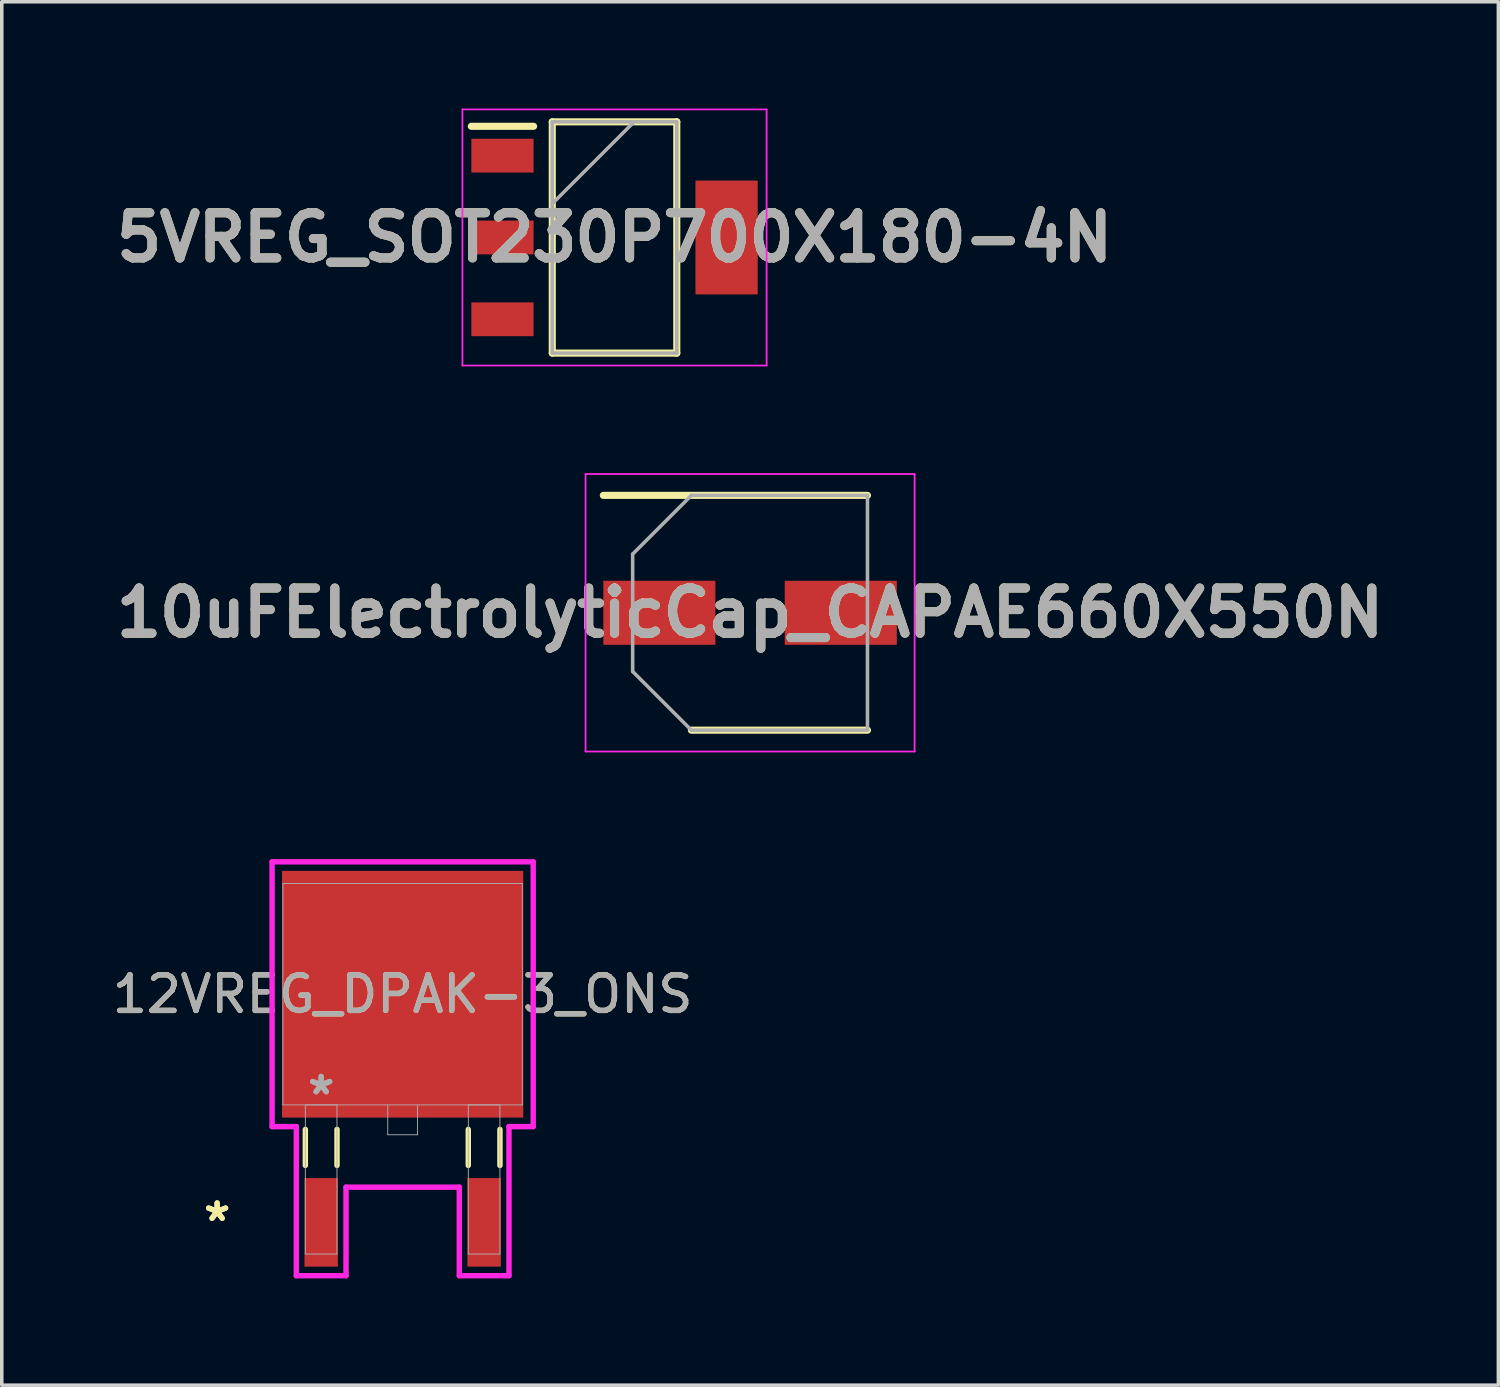
<source format=kicad_pcb>
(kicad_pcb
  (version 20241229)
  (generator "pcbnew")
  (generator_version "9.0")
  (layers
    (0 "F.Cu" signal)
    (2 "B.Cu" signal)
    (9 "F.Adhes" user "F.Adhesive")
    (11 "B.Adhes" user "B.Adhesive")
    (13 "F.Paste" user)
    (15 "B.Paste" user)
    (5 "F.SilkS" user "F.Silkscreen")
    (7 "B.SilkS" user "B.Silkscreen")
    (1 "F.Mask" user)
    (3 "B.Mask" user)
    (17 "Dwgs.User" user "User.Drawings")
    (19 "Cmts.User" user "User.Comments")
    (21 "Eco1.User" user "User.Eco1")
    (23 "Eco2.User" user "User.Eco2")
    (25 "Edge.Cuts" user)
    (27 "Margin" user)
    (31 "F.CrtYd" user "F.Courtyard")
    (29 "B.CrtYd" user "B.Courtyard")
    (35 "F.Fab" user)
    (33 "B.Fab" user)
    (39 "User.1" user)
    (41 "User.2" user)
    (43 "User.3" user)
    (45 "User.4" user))
  (footprint "10uFElectrolyticCap_CAPAE660X550N"
    (layer "F.Cu")
    (at 18.034 14.175)
    (property "Reference" "10uFElectrolyticCap_CAPAE660X550N" (at 0 0 0) (layer "F.SilkS") (effects (font (size 1.27 1.27) (thickness 0.254))))
    (attr smd)
    (fp_line (start -4.125 -3.3) (end 3.3 -3.3) (stroke (width 0.2) (type solid)) (layer "F.SilkS"))
    (fp_line (start -1.65 3.3) (end 3.3 3.3) (stroke (width 0.2) (type solid)) (layer "F.SilkS"))
    (fp_line (start -4.625 -3.9) (end 4.625 -3.9) (stroke (width 0.05) (type solid)) (layer "F.CrtYd"))
    (fp_line (start -4.625 3.9) (end -4.625 -3.9) (stroke (width 0.05) (type solid)) (layer "F.CrtYd"))
    (fp_line (start 4.625 -3.9) (end 4.625 3.9) (stroke (width 0.05) (type solid)) (layer "F.CrtYd"))
    (fp_line (start 4.625 3.9) (end -4.625 3.9) (stroke (width 0.05) (type solid)) (layer "F.CrtYd"))
    (fp_line (start -3.3 -1.65) (end -3.3 1.65) (stroke (width 0.1) (type solid)) (layer "F.Fab"))
    (fp_line (start -3.3 1.65) (end -1.65 3.3) (stroke (width 0.1) (type solid)) (layer "F.Fab"))
    (fp_line (start -1.65 -3.3) (end -3.3 -1.65) (stroke (width 0.1) (type solid)) (layer "F.Fab"))
    (fp_line (start -1.65 3.3) (end 3.3 3.3) (stroke (width 0.1) (type solid)) (layer "F.Fab"))
    (fp_line (start 3.3 -3.3) (end -1.65 -3.3) (stroke (width 0.1) (type solid)) (layer "F.Fab"))
    (fp_line (start 3.3 3.3) (end 3.3 -3.3) (stroke (width 0.1) (type solid)) (layer "F.Fab"))
    (fp_text user "${REFERENCE}" (at 0 0 0) (layer "F.Fab") (effects (font (size 1.27 1.27) (thickness 0.254))))
    (pad "1" smd rect (at -2.55 0 90) (size 1.8 3.15) (layers "F.Cu" "F.Mask" "F.Paste"))
    (pad "2" smd rect (at 2.55 0 90) (size 1.8 3.15) (layers "F.Cu" "F.Mask" "F.Paste")))
  (footprint "12VREG_DPAK-3_ONS"
    (layer "F.Cu")
    (at 8.268 24.897)
    (property "Reference" "12VREG_DPAK-3_ONS" (at 0 0 0) (unlocked yes) (layer "F.SilkS") (effects (font (size 1 1) (thickness 0.15))))
    (attr smd)
    (fp_line (start -2.735 3.8) (end -2.735 4.813) (stroke (width 0.152) (type solid)) (layer "F.SilkS"))
    (fp_line (start -1.845 3.8) (end -1.845 4.813) (stroke (width 0.152) (type solid)) (layer "F.SilkS"))
    (fp_line (start 1.845 3.8) (end 1.845 4.813) (stroke (width 0.152) (type solid)) (layer "F.SilkS"))
    (fp_line (start 2.735 3.8) (end 2.735 4.813) (stroke (width 0.152) (type solid)) (layer "F.SilkS"))
    (fp_line (start -3.67 -3.721) (end 3.67 -3.721) (stroke (width 0.152) (type solid)) (layer "F.CrtYd"))
    (fp_line (start -3.67 3.721) (end -3.67 -3.721) (stroke (width 0.152) (type solid)) (layer "F.CrtYd"))
    (fp_line (start -2.989 3.721) (end -3.67 3.721) (stroke (width 0.152) (type solid)) (layer "F.CrtYd"))
    (fp_line (start -2.989 7.912) (end -2.989 3.721) (stroke (width 0.152) (type solid)) (layer "F.CrtYd"))
    (fp_line (start -1.592 5.423) (end -1.592 7.912) (stroke (width 0.152) (type solid)) (layer "F.CrtYd"))
    (fp_line (start -1.592 7.912) (end -2.989 7.912) (stroke (width 0.152) (type solid)) (layer "F.CrtYd"))
    (fp_line (start 1.592 5.423) (end -1.592 5.423) (stroke (width 0.152) (type solid)) (layer "F.CrtYd"))
    (fp_line (start 1.592 7.912) (end 1.592 5.423) (stroke (width 0.152) (type solid)) (layer "F.CrtYd"))
    (fp_line (start 2.989 3.721) (end 2.989 7.912) (stroke (width 0.152) (type solid)) (layer "F.CrtYd"))
    (fp_line (start 2.989 7.912) (end 1.592 7.912) (stroke (width 0.152) (type solid)) (layer "F.CrtYd"))
    (fp_line (start 3.67 -3.721) (end 3.67 3.721) (stroke (width 0.152) (type solid)) (layer "F.CrtYd"))
    (fp_line (start 3.67 3.721) (end 2.989 3.721) (stroke (width 0.152) (type solid)) (layer "F.CrtYd"))
    (fp_line (start -3.365 -3.111) (end -3.365 3.111) (stroke (width 0.025) (type solid)) (layer "F.Fab"))
    (fp_line (start -3.365 3.111) (end 3.365 3.111) (stroke (width 0.025) (type solid)) (layer "F.Fab"))
    (fp_line (start -2.735 3.111) (end -2.735 7.303) (stroke (width 0.025) (type solid)) (layer "F.Fab"))
    (fp_line (start -2.735 7.303) (end -1.846 7.303) (stroke (width 0.025) (type solid)) (layer "F.Fab"))
    (fp_line (start -1.846 3.111) (end -2.735 3.111) (stroke (width 0.025) (type solid)) (layer "F.Fab"))
    (fp_line (start -1.846 7.303) (end -1.846 3.111) (stroke (width 0.025) (type solid)) (layer "F.Fab"))
    (fp_line (start -0.419 3.111) (end -0.419 3.95) (stroke (width 0.025) (type solid)) (layer "F.Fab"))
    (fp_line (start -0.419 3.95) (end 0.419 3.95) (stroke (width 0.025) (type solid)) (layer "F.Fab"))
    (fp_line (start 0.419 3.95) (end 0.419 3.111) (stroke (width 0.025) (type solid)) (layer "F.Fab"))
    (fp_line (start 1.846 3.111) (end 1.846 7.303) (stroke (width 0.025) (type solid)) (layer "F.Fab"))
    (fp_line (start 1.846 7.303) (end 2.735 7.303) (stroke (width 0.025) (type solid)) (layer "F.Fab"))
    (fp_line (start 2.735 3.111) (end 1.846 3.111) (stroke (width 0.025) (type solid)) (layer "F.Fab"))
    (fp_line (start 2.735 7.303) (end 2.735 3.111) (stroke (width 0.025) (type solid)) (layer "F.Fab"))
    (fp_line (start 3.365 -3.111) (end -3.365 -3.111) (stroke (width 0.025) (type solid)) (layer "F.Fab"))
    (fp_line (start 3.365 3.111) (end 3.365 -3.111) (stroke (width 0.025) (type solid)) (layer "F.Fab"))
    (fp_text user "*" (at -5.215 6.413 0) (layer "F.SilkS") (effects (font (size 1 1) (thickness 0.15))))
    (fp_text user "*" (at -5.215 6.413 0) (unlocked yes) (layer "F.SilkS") (effects (font (size 1 1) (thickness 0.15))))
    (fp_text user "*" (at -2.29 2.857 0) (unlocked yes) (layer "F.Fab") (effects (font (size 1 1) (thickness 0.15))))
    (fp_text user "*" (at -2.29 2.857 0) (layer "F.Fab") (effects (font (size 1 1) (thickness 0.15))))
    (fp_text user "${REFERENCE}" (at 0 0 0) (unlocked yes) (layer "F.Fab") (effects (font (size 1 1) (thickness 0.15))))
    (pad "1" smd rect (at -2.29 6.413) (size 0.94 2.489) (layers "F.Cu" "F.Mask" "F.Paste"))
    (pad "2" smd rect (at 0 0) (size 6.782 6.934) (layers "F.Cu" "F.Mask" "F.Paste"))
    (pad "3" smd rect (at 2.29 6.413) (size 0.94 2.489) (layers "F.Cu" "F.Mask" "F.Paste")))
  (footprint "5VREG_SOT230P700X180-4N"
    (layer "F.Cu")
    (at 14.224 3.625)
    (property "Reference" "5VREG_SOT230P700X180-4N" (at 0 0 0) (layer "F.SilkS") (effects (font (size 1.27 1.27) (thickness 0.254))))
    (attr smd)
    (fp_line (start -4.025 -3.125) (end -2.275 -3.125) (stroke (width 0.2) (type solid)) (layer "F.SilkS"))
    (fp_line (start -1.75 -3.25) (end 1.75 -3.25) (stroke (width 0.2) (type solid)) (layer "F.SilkS"))
    (fp_line (start -1.75 3.25) (end -1.75 -3.25) (stroke (width 0.2) (type solid)) (layer "F.SilkS"))
    (fp_line (start 1.75 -3.25) (end 1.75 3.25) (stroke (width 0.2) (type solid)) (layer "F.SilkS"))
    (fp_line (start 1.75 3.25) (end -1.75 3.25) (stroke (width 0.2) (type solid)) (layer "F.SilkS"))
    (fp_line (start -4.275 -3.6) (end 4.275 -3.6) (stroke (width 0.05) (type solid)) (layer "F.CrtYd"))
    (fp_line (start -4.275 3.6) (end -4.275 -3.6) (stroke (width 0.05) (type solid)) (layer "F.CrtYd"))
    (fp_line (start 4.275 -3.6) (end 4.275 3.6) (stroke (width 0.05) (type solid)) (layer "F.CrtYd"))
    (fp_line (start 4.275 3.6) (end -4.275 3.6) (stroke (width 0.05) (type solid)) (layer "F.CrtYd"))
    (fp_line (start -1.75 -3.25) (end 1.75 -3.25) (stroke (width 0.1) (type solid)) (layer "F.Fab"))
    (fp_line (start -1.75 -0.95) (end 0.55 -3.25) (stroke (width 0.1) (type solid)) (layer "F.Fab"))
    (fp_line (start -1.75 3.25) (end -1.75 -3.25) (stroke (width 0.1) (type solid)) (layer "F.Fab"))
    (fp_line (start 1.75 -3.25) (end 1.75 3.25) (stroke (width 0.1) (type solid)) (layer "F.Fab"))
    (fp_line (start 1.75 3.25) (end -1.75 3.25) (stroke (width 0.1) (type solid)) (layer "F.Fab"))
    (fp_text user "${REFERENCE}" (at 0 0 0) (layer "F.Fab") (effects (font (size 1.27 1.27) (thickness 0.254))))
    (pad "1" smd rect (at -3.15 -2.3 90) (size 0.95 1.75) (layers "F.Cu" "F.Mask" "F.Paste"))
    (pad "2" smd rect (at -3.15 0 90) (size 0.95 1.75) (layers "F.Cu" "F.Mask" "F.Paste"))
    (pad "3" smd rect (at -3.15 2.3 90) (size 0.95 1.75) (layers "F.Cu" "F.Mask" "F.Paste"))
    (pad "4" smd rect (at 3.15 0) (size 1.75 3.2) (layers "F.Cu" "F.Mask" "F.Paste")))
  (gr_rect
    (start -3 -3)
    (end 39.068 35.886)
    (stroke (width 0.1) (type default))
    (fill no)
    (layer "Edge.Cuts")))
</source>
